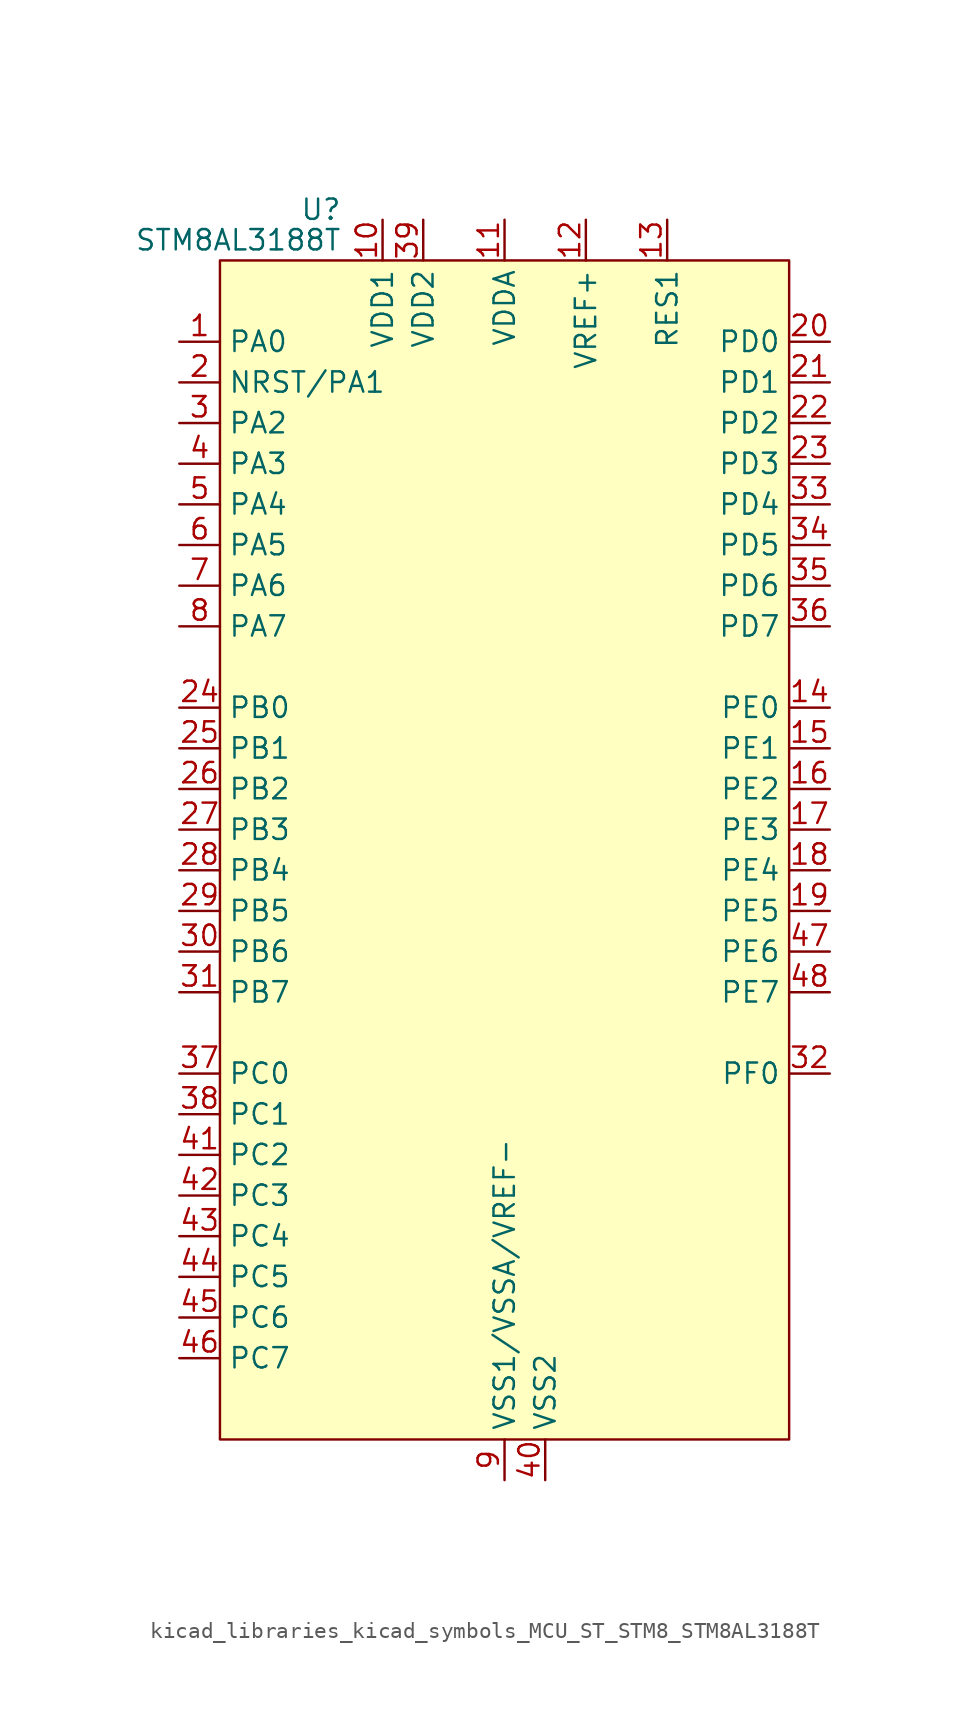
<source format=kicad_sym>
(kicad_symbol_lib
  (version 20220914)
  (generator kicad_symbol_editor)
  (symbol "kicad_libraries_kicad_symbols_MCU_ST_STM8_STM8AL3188T"
    (property "Reference" "U"
      (at -10.16 38.735 0)
      (effects (font (size 1.27 1.27)) (justify right)))
    (property "Value" "STM8AL3188T"
      (at -10.16 36.83 0)
      (effects (font (size 1.27 1.27)) (justify right)))
    (symbol "kicad_libraries_kicad_symbols_MCU_ST_STM8_STM8AL3188T_0_0"
      (pin bidirectional line (at -20.32 30.48 0) (length 2.54) (name "PA0" (effects (font (size 1.27 1.27)))) (number "1" (effects (font (size 1.27 1.27)))))
      (pin power_in line (at -7.62 38.1 270) (length 2.54) (name "VDD1" (effects (font (size 1.27 1.27)))) (number "10" (effects (font (size 1.27 1.27)))))
      (pin power_in line (at 0 38.1 270) (length 2.54) (name "VDDA" (effects (font (size 1.27 1.27)))) (number "11" (effects (font (size 1.27 1.27)))))
      (pin power_in line (at 5.08 38.1 270) (length 2.54) (name "VREF+" (effects (font (size 1.27 1.27)))) (number "12" (effects (font (size 1.27 1.27)))))
      (pin power_in line (at 10.16 38.1 270) (length 2.54) (name "RES1" (effects (font (size 1.27 1.27)))) (number "13" (effects (font (size 1.27 1.27)))))
      (pin bidirectional line (at 20.32 7.62 180) (length 2.54) (name "PE0" (effects (font (size 1.27 1.27)))) (number "14" (effects (font (size 1.27 1.27)))))
      (pin bidirectional line (at 20.32 5.08 180) (length 2.54) (name "PE1" (effects (font (size 1.27 1.27)))) (number "15" (effects (font (size 1.27 1.27)))))
      (pin bidirectional line (at 20.32 2.54 180) (length 2.54) (name "PE2" (effects (font (size 1.27 1.27)))) (number "16" (effects (font (size 1.27 1.27)))))
      (pin bidirectional line (at 20.32 0 180) (length 2.54) (name "PE3" (effects (font (size 1.27 1.27)))) (number "17" (effects (font (size 1.27 1.27)))))
      (pin bidirectional line (at 20.32 -2.54 180) (length 2.54) (name "PE4" (effects (font (size 1.27 1.27)))) (number "18" (effects (font (size 1.27 1.27)))))
      (pin bidirectional line (at 20.32 -5.08 180) (length 2.54) (name "PE5" (effects (font (size 1.27 1.27)))) (number "19" (effects (font (size 1.27 1.27)))))
      (pin bidirectional line (at -20.32 27.94 0) (length 2.54) (name "NRST/PA1" (effects (font (size 1.27 1.27)))) (number "2" (effects (font (size 1.27 1.27)))))
      (pin bidirectional line (at 20.32 30.48 180) (length 2.54) (name "PD0" (effects (font (size 1.27 1.27)))) (number "20" (effects (font (size 1.27 1.27)))))
      (pin bidirectional line (at 20.32 27.94 180) (length 2.54) (name "PD1" (effects (font (size 1.27 1.27)))) (number "21" (effects (font (size 1.27 1.27)))))
      (pin bidirectional line (at 20.32 25.4 180) (length 2.54) (name "PD2" (effects (font (size 1.27 1.27)))) (number "22" (effects (font (size 1.27 1.27)))))
      (pin bidirectional line (at 20.32 22.86 180) (length 2.54) (name "PD3" (effects (font (size 1.27 1.27)))) (number "23" (effects (font (size 1.27 1.27)))))
      (pin bidirectional line (at -20.32 7.62 0) (length 2.54) (name "PB0" (effects (font (size 1.27 1.27)))) (number "24" (effects (font (size 1.27 1.27)))))
      (pin bidirectional line (at -20.32 5.08 0) (length 2.54) (name "PB1" (effects (font (size 1.27 1.27)))) (number "25" (effects (font (size 1.27 1.27)))))
      (pin bidirectional line (at -20.32 2.54 0) (length 2.54) (name "PB2" (effects (font (size 1.27 1.27)))) (number "26" (effects (font (size 1.27 1.27)))))
      (pin bidirectional line (at -20.32 0 0) (length 2.54) (name "PB3" (effects (font (size 1.27 1.27)))) (number "27" (effects (font (size 1.27 1.27)))))
      (pin bidirectional line (at -20.32 -2.54 0) (length 2.54) (name "PB4" (effects (font (size 1.27 1.27)))) (number "28" (effects (font (size 1.27 1.27)))))
      (pin bidirectional line (at -20.32 -5.08 0) (length 2.54) (name "PB5" (effects (font (size 1.27 1.27)))) (number "29" (effects (font (size 1.27 1.27)))))
      (pin bidirectional line (at -20.32 25.4 0) (length 2.54) (name "PA2" (effects (font (size 1.27 1.27)))) (number "3" (effects (font (size 1.27 1.27)))))
      (pin bidirectional line (at -20.32 -7.62 0) (length 2.54) (name "PB6" (effects (font (size 1.27 1.27)))) (number "30" (effects (font (size 1.27 1.27)))))
      (pin bidirectional line (at -20.32 -10.16 0) (length 2.54) (name "PB7" (effects (font (size 1.27 1.27)))) (number "31" (effects (font (size 1.27 1.27)))))
      (pin bidirectional line (at 20.32 -15.24 180) (length 2.54) (name "PF0" (effects (font (size 1.27 1.27)))) (number "32" (effects (font (size 1.27 1.27)))))
      (pin bidirectional line (at 20.32 20.32 180) (length 2.54) (name "PD4" (effects (font (size 1.27 1.27)))) (number "33" (effects (font (size 1.27 1.27)))))
      (pin bidirectional line (at 20.32 17.78 180) (length 2.54) (name "PD5" (effects (font (size 1.27 1.27)))) (number "34" (effects (font (size 1.27 1.27)))))
      (pin bidirectional line (at 20.32 15.24 180) (length 2.54) (name "PD6" (effects (font (size 1.27 1.27)))) (number "35" (effects (font (size 1.27 1.27)))))
      (pin bidirectional line (at 20.32 12.7 180) (length 2.54) (name "PD7" (effects (font (size 1.27 1.27)))) (number "36" (effects (font (size 1.27 1.27)))))
      (pin bidirectional line (at -20.32 -15.24 0) (length 2.54) (name "PC0" (effects (font (size 1.27 1.27)))) (number "37" (effects (font (size 1.27 1.27)))))
      (pin bidirectional line (at -20.32 -17.78 0) (length 2.54) (name "PC1" (effects (font (size 1.27 1.27)))) (number "38" (effects (font (size 1.27 1.27)))))
      (pin power_in line (at -5.08 38.1 270) (length 2.54) (name "VDD2" (effects (font (size 1.27 1.27)))) (number "39" (effects (font (size 1.27 1.27)))))
      (pin bidirectional line (at -20.32 22.86 0) (length 2.54) (name "PA3" (effects (font (size 1.27 1.27)))) (number "4" (effects (font (size 1.27 1.27)))))
      (pin power_in line (at 2.54 -40.64 90) (length 2.54) (name "VSS2" (effects (font (size 1.27 1.27)))) (number "40" (effects (font (size 1.27 1.27)))))
      (pin bidirectional line (at -20.32 -20.32 0) (length 2.54) (name "PC2" (effects (font (size 1.27 1.27)))) (number "41" (effects (font (size 1.27 1.27)))))
      (pin bidirectional line (at -20.32 -22.86 0) (length 2.54) (name "PC3" (effects (font (size 1.27 1.27)))) (number "42" (effects (font (size 1.27 1.27)))))
      (pin bidirectional line (at -20.32 -25.4 0) (length 2.54) (name "PC4" (effects (font (size 1.27 1.27)))) (number "43" (effects (font (size 1.27 1.27)))))
      (pin bidirectional line (at -20.32 -27.94 0) (length 2.54) (name "PC5" (effects (font (size 1.27 1.27)))) (number "44" (effects (font (size 1.27 1.27)))))
      (pin bidirectional line (at -20.32 -30.48 0) (length 2.54) (name "PC6" (effects (font (size 1.27 1.27)))) (number "45" (effects (font (size 1.27 1.27)))))
      (pin bidirectional line (at -20.32 -33.02 0) (length 2.54) (name "PC7" (effects (font (size 1.27 1.27)))) (number "46" (effects (font (size 1.27 1.27)))))
      (pin bidirectional line (at 20.32 -7.62 180) (length 2.54) (name "PE6" (effects (font (size 1.27 1.27)))) (number "47" (effects (font (size 1.27 1.27)))))
      (pin bidirectional line (at 20.32 -10.16 180) (length 2.54) (name "PE7" (effects (font (size 1.27 1.27)))) (number "48" (effects (font (size 1.27 1.27)))))
      (pin bidirectional line (at -20.32 20.32 0) (length 2.54) (name "PA4" (effects (font (size 1.27 1.27)))) (number "5" (effects (font (size 1.27 1.27)))))
      (pin bidirectional line (at -20.32 17.78 0) (length 2.54) (name "PA5" (effects (font (size 1.27 1.27)))) (number "6" (effects (font (size 1.27 1.27)))))
      (pin bidirectional line (at -20.32 15.24 0) (length 2.54) (name "PA6" (effects (font (size 1.27 1.27)))) (number "7" (effects (font (size 1.27 1.27)))))
      (pin bidirectional line (at -20.32 12.7 0) (length 2.54) (name "PA7" (effects (font (size 1.27 1.27)))) (number "8" (effects (font (size 1.27 1.27)))))
      (pin power_in line (at 0 -40.64 90) (length 2.54) (name "VSS1/VSSA/VREF-" (effects (font (size 1.27 1.27)))) (number "9" (effects (font (size 1.27 1.27))))))
    (symbol "kicad_libraries_kicad_symbols_MCU_ST_STM8_STM8AL3188T_0_1"
      (rectangle (start -17.78 35.56) (end 17.78 -38.1) (stroke (width 0) (type default)) (fill (type background))))))
</source>
